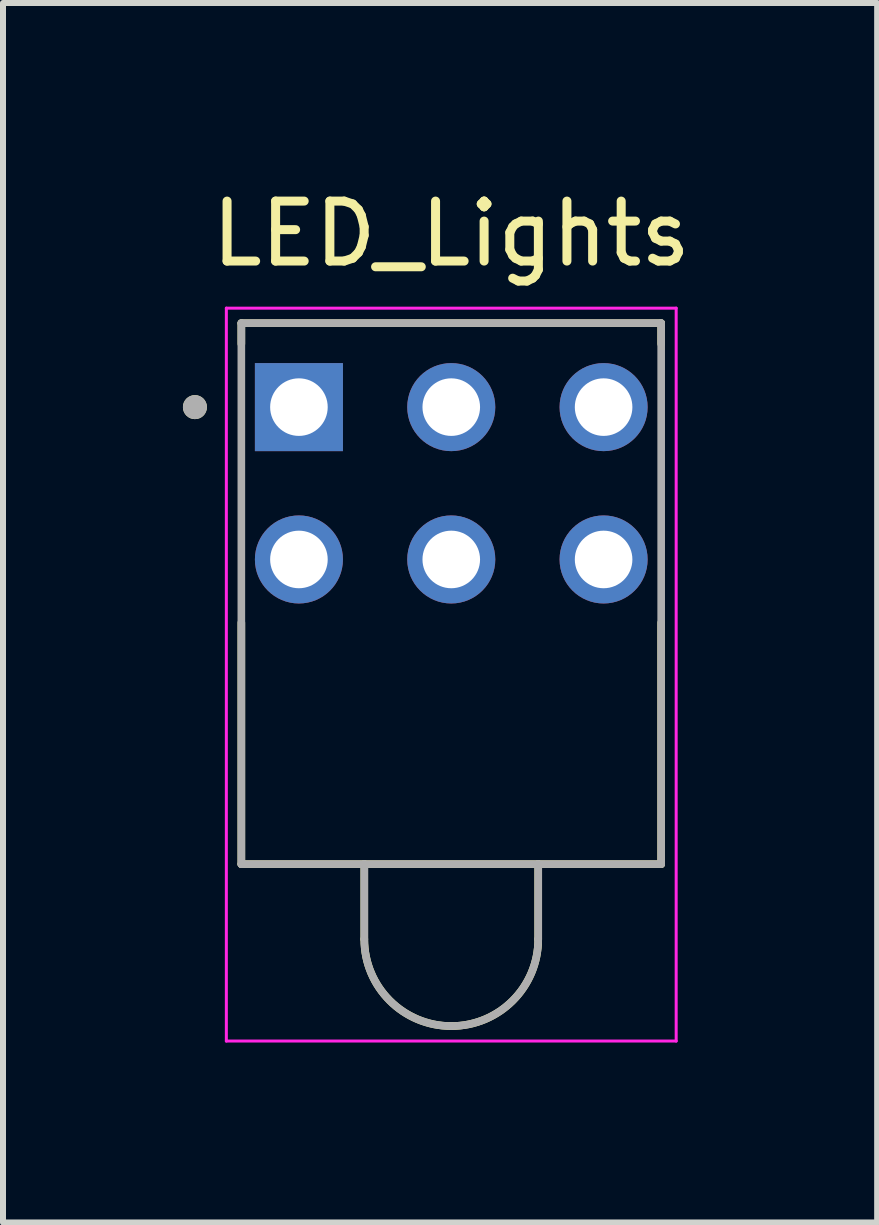
<source format=kicad_pcb>
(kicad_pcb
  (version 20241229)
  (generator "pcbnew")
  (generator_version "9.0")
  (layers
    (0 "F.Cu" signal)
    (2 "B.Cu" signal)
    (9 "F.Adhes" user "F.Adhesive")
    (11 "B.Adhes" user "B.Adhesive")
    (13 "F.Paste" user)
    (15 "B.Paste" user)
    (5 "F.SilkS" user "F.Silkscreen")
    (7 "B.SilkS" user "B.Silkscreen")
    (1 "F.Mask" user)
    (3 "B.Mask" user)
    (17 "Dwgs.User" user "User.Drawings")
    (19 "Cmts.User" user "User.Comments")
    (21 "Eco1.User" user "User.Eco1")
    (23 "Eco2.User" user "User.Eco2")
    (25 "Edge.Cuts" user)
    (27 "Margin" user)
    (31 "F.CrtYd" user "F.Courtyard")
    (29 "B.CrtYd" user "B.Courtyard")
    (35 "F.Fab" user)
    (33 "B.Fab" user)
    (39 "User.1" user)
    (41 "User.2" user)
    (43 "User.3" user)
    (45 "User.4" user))
  (footprint "LED_Lights"
    (layer "F.Cu")
    (at 4.474 6.848)
    (property "Reference" "LED_Lights" (at 0 -6 0) (layer "F.SilkS") (effects (font (size 1 1) (thickness 0.15))))
    (attr through_hole)
    (fp_line (start -3.5 -4.51) (end 3.5 -4.51) (stroke (width 0.127) (type solid)) (layer "F.SilkS"))
    (fp_line (start -3.5 -4.164) (end -3.5 -4.51) (stroke (width 0.127) (type solid)) (layer "F.SilkS"))
    (fp_line (start -3.5 4.51) (end -3.5 0.484) (stroke (width 0.127) (type solid)) (layer "F.SilkS"))
    (fp_line (start -1.45 4.51) (end -3.5 4.51) (stroke (width 0.127) (type solid)) (layer "F.SilkS"))
    (fp_line (start -1.45 4.51) (end -1.45 5.76) (stroke (width 0.127) (type solid)) (layer "F.SilkS"))
    (fp_line (start 1.45 4.51) (end -1.45 4.51) (stroke (width 0.127) (type solid)) (layer "F.SilkS"))
    (fp_line (start 1.45 5.76) (end 1.45 4.51) (stroke (width 0.127) (type solid)) (layer "F.SilkS"))
    (fp_line (start 3.5 -4.51) (end 3.5 -4.164) (stroke (width 0.127) (type solid)) (layer "F.SilkS"))
    (fp_line (start 3.5 0.484) (end 3.5 4.51) (stroke (width 0.127) (type solid)) (layer "F.SilkS"))
    (fp_line (start 3.5 4.51) (end 1.45 4.51) (stroke (width 0.127) (type solid)) (layer "F.SilkS"))
    (fp_arc (start 0 7.21) (mid -1.025305 6.785305) (end -1.45 5.76) (stroke (width 0.127) (type solid)) (layer "F.SilkS"))
    (fp_arc (start 1.45 5.76) (mid 1.025305 6.785305) (end 0 7.21) (stroke (width 0.127) (type solid)) (layer "F.SilkS"))
    (fp_circle (center -4.274 -3.11) (end -4.174 -3.11) (stroke (width 0.2) (type solid)) (fill no) (layer "F.SilkS"))
    (fp_line (start -3.75 -4.76) (end -3.75 7.46) (stroke (width 0.05) (type solid)) (layer "F.CrtYd"))
    (fp_line (start -3.75 7.46) (end 3.75 7.46) (stroke (width 0.05) (type solid)) (layer "F.CrtYd"))
    (fp_line (start 3.75 -4.76) (end -3.75 -4.76) (stroke (width 0.05) (type solid)) (layer "F.CrtYd"))
    (fp_line (start 3.75 7.46) (end 3.75 -4.76) (stroke (width 0.05) (type solid)) (layer "F.CrtYd"))
    (fp_line (start -3.5 -4.51) (end 3.5 -4.51) (stroke (width 0.127) (type solid)) (layer "F.Fab"))
    (fp_line (start -3.5 4.51) (end -3.5 -4.51) (stroke (width 0.127) (type solid)) (layer "F.Fab"))
    (fp_line (start -1.45 4.51) (end -3.5 4.51) (stroke (width 0.127) (type solid)) (layer "F.Fab"))
    (fp_line (start -1.45 4.51) (end -1.45 5.76) (stroke (width 0.127) (type solid)) (layer "F.Fab"))
    (fp_line (start 1.45 4.51) (end -1.45 4.51) (stroke (width 0.127) (type solid)) (layer "F.Fab"))
    (fp_line (start 1.45 5.76) (end 1.45 4.51) (stroke (width 0.127) (type solid)) (layer "F.Fab"))
    (fp_line (start 3.5 -4.51) (end 3.5 4.51) (stroke (width 0.127) (type solid)) (layer "F.Fab"))
    (fp_line (start 3.5 4.51) (end 1.45 4.51) (stroke (width 0.127) (type solid)) (layer "F.Fab"))
    (fp_arc (start 0 7.21) (mid -1.025305 6.785305) (end -1.45 5.76) (stroke (width 0.127) (type solid)) (layer "F.Fab"))
    (fp_arc (start 1.45 5.76) (mid 1.025305 6.785305) (end 0 7.21) (stroke (width 0.127) (type solid)) (layer "F.Fab"))
    (fp_circle (center -4.274 -3.11) (end -4.174 -3.11) (stroke (width 0.2) (type solid)) (fill no) (layer "F.Fab"))
    (pad "1" thru_hole rect (at -2.54 -3.11) (size 1.468 1.468) (drill 0.96) (layers "*.Cu" "*.Mask"))
    (pad "2" thru_hole circle (at 0 -3.11) (size 1.468 1.468) (drill 0.96) (layers "*.Cu" "*.Mask"))
    (pad "3" thru_hole circle (at 2.54 -3.11) (size 1.468 1.468) (drill 0.96) (layers "*.Cu" "*.Mask"))
    (pad "4" thru_hole circle (at -2.54 -0.57) (size 1.468 1.468) (drill 0.96) (layers "*.Cu" "*.Mask"))
    (pad "5" thru_hole circle (at 0 -0.57) (size 1.468 1.468) (drill 0.96) (layers "*.Cu" "*.Mask"))
    (pad "6" thru_hole circle (at 2.54 -0.57) (size 1.468 1.468) (drill 0.96) (layers "*.Cu" "*.Mask")))
  (gr_rect
    (start -3 -3)
    (end 11.575 17.333)
    (stroke (width 0.1) (type default))
    (fill no)
    (layer "Edge.Cuts")))
</source>
